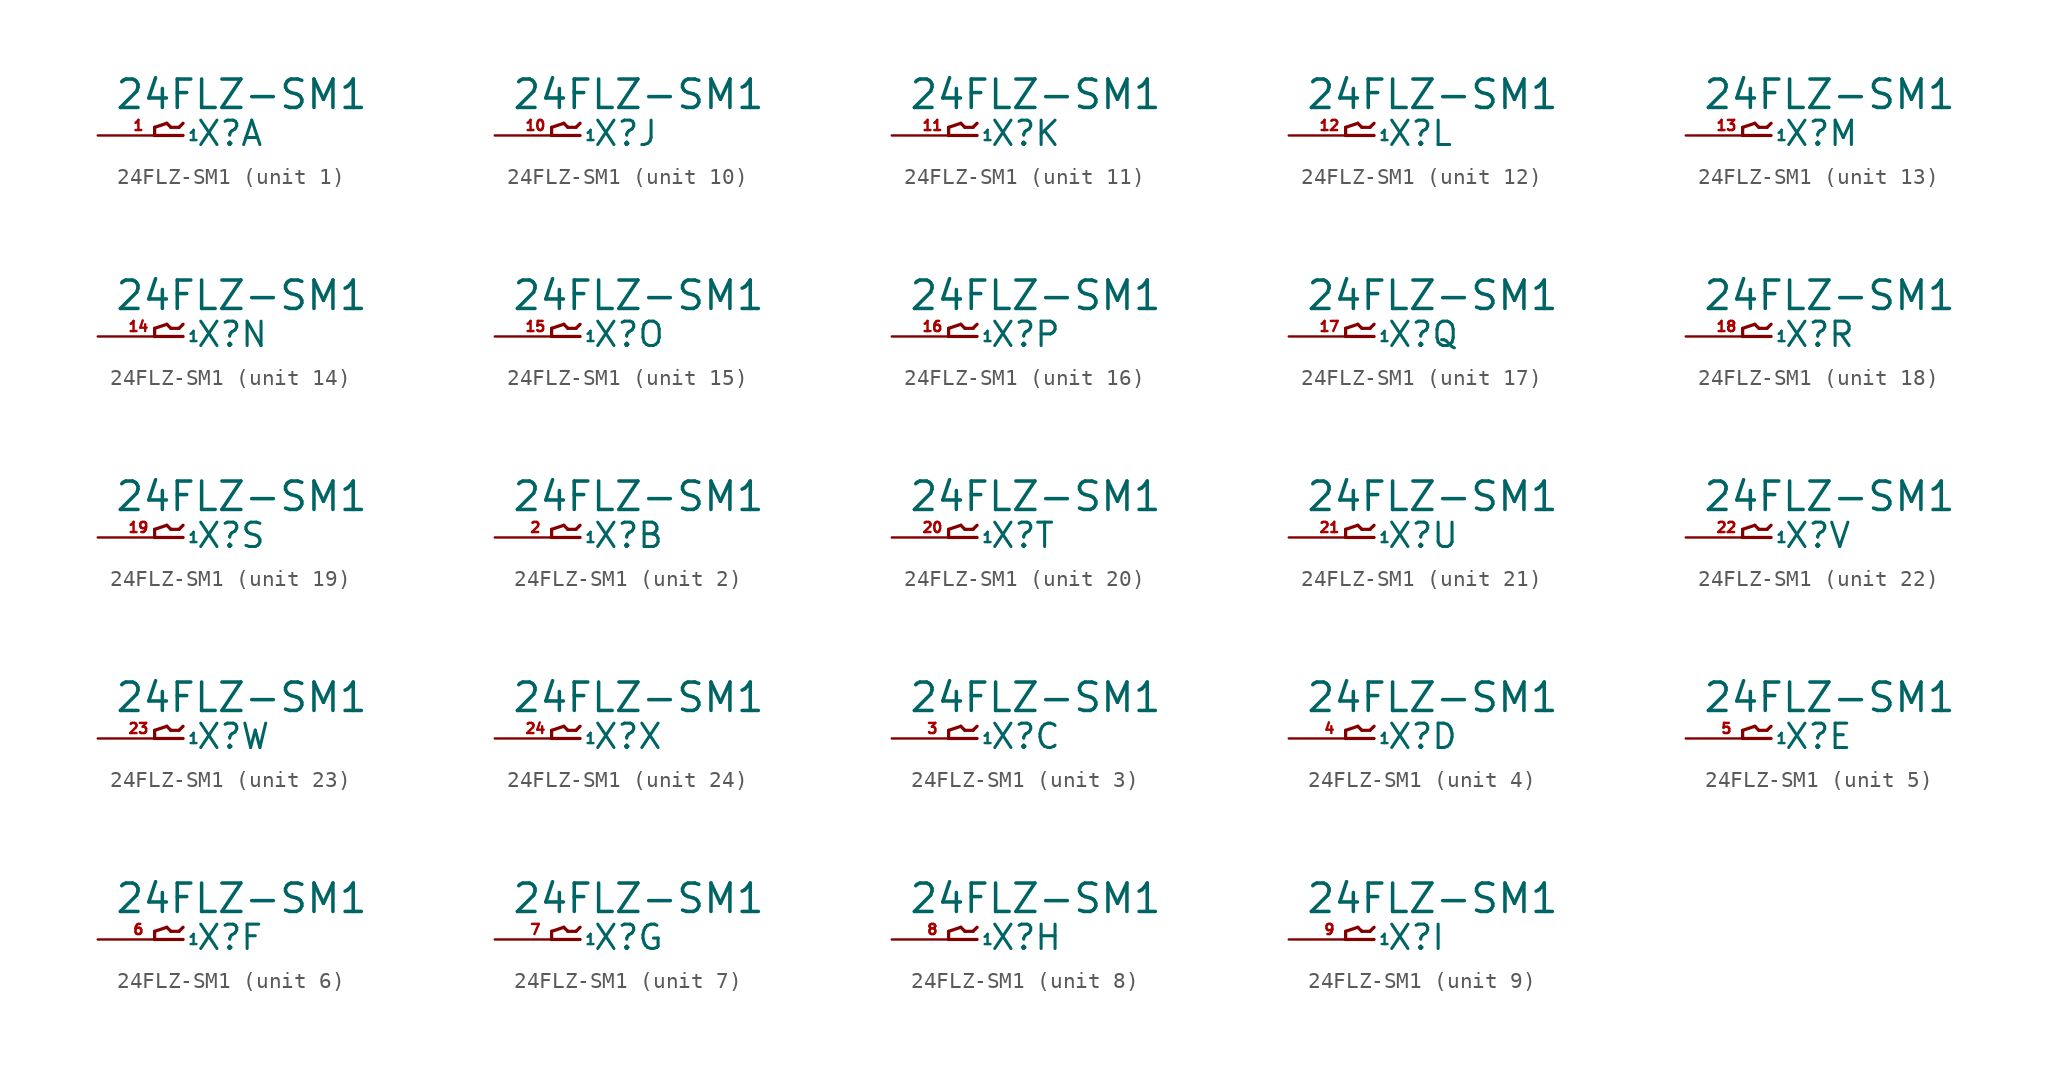
<source format=kicad_sym>
(kicad_symbol_lib
  (version 20220914)
  (generator Eagle2Kicad)
  (symbol "24FLZ-SM1"
    (property "Reference" "X"
      (at 1.016 -0.762 0)
      (effects (font (size 1.524 1.524) (thickness 0.19)) (justify left bottom)))
    (property "Value" "24FLZ-SM1"
      (at -4.064 1.524 0)
      (effects (font (size 1.778 1.778) (thickness 0.22)) (justify left bottom)))
    (symbol "24FLZ-SM1_1_0"
      (polyline (pts (xy 0.254 0) (xy -1.524 0)) (stroke (width 0.203) (type default)) (fill (type none)))
      (polyline (pts (xy -1.524 0) (xy -1.524 0.508)) (stroke (width 0.203) (type default)) (fill (type none)))
      (polyline (pts (xy -1.524 0.508) (xy -0.762 0.762)) (stroke (width 0.203) (type default)) (fill (type none)))
      (polyline (pts (xy -0.762 0.762) (xy -0.508 0.508)) (stroke (width 0.203) (type default)) (fill (type none)))
      (polyline (pts (xy -0.508 0.508) (xy 0 0.508)) (stroke (width 0.203) (type default)) (fill (type none)))
      (polyline (pts (xy 0 0.508) (xy 0.254 0.762)) (stroke (width 0.203) (type default)) (fill (type none)))
      (pin passive line (at -5.08 0 0) (length 5.08) (name "1" (effects (font (size 0.635 0.635) (thickness 0.08)) (justify left bottom))) (number "1" (effects (font (size 0.635 0.635) (thickness 0.08)) (justify left bottom)))))
    (symbol "24FLZ-SM1_2_0"
      (polyline (pts (xy 0.254 0) (xy -1.524 0)) (stroke (width 0.203) (type default)) (fill (type none)))
      (polyline (pts (xy -1.524 0) (xy -1.524 0.508)) (stroke (width 0.203) (type default)) (fill (type none)))
      (polyline (pts (xy -1.524 0.508) (xy -0.762 0.762)) (stroke (width 0.203) (type default)) (fill (type none)))
      (polyline (pts (xy -0.762 0.762) (xy -0.508 0.508)) (stroke (width 0.203) (type default)) (fill (type none)))
      (polyline (pts (xy -0.508 0.508) (xy 0 0.508)) (stroke (width 0.203) (type default)) (fill (type none)))
      (polyline (pts (xy 0 0.508) (xy 0.254 0.762)) (stroke (width 0.203) (type default)) (fill (type none)))
      (pin passive line (at -5.08 0 0) (length 5.08) (name "1" (effects (font (size 0.635 0.635) (thickness 0.08)) (justify left bottom))) (number "2" (effects (font (size 0.635 0.635) (thickness 0.08)) (justify left bottom)))))
    (symbol "24FLZ-SM1_3_0"
      (polyline (pts (xy 0.254 0) (xy -1.524 0)) (stroke (width 0.203) (type default)) (fill (type none)))
      (polyline (pts (xy -1.524 0) (xy -1.524 0.508)) (stroke (width 0.203) (type default)) (fill (type none)))
      (polyline (pts (xy -1.524 0.508) (xy -0.762 0.762)) (stroke (width 0.203) (type default)) (fill (type none)))
      (polyline (pts (xy -0.762 0.762) (xy -0.508 0.508)) (stroke (width 0.203) (type default)) (fill (type none)))
      (polyline (pts (xy -0.508 0.508) (xy 0 0.508)) (stroke (width 0.203) (type default)) (fill (type none)))
      (polyline (pts (xy 0 0.508) (xy 0.254 0.762)) (stroke (width 0.203) (type default)) (fill (type none)))
      (pin passive line (at -5.08 0 0) (length 5.08) (name "1" (effects (font (size 0.635 0.635) (thickness 0.08)) (justify left bottom))) (number "3" (effects (font (size 0.635 0.635) (thickness 0.08)) (justify left bottom)))))
    (symbol "24FLZ-SM1_4_0"
      (polyline (pts (xy 0.254 0) (xy -1.524 0)) (stroke (width 0.203) (type default)) (fill (type none)))
      (polyline (pts (xy -1.524 0) (xy -1.524 0.508)) (stroke (width 0.203) (type default)) (fill (type none)))
      (polyline (pts (xy -1.524 0.508) (xy -0.762 0.762)) (stroke (width 0.203) (type default)) (fill (type none)))
      (polyline (pts (xy -0.762 0.762) (xy -0.508 0.508)) (stroke (width 0.203) (type default)) (fill (type none)))
      (polyline (pts (xy -0.508 0.508) (xy 0 0.508)) (stroke (width 0.203) (type default)) (fill (type none)))
      (polyline (pts (xy 0 0.508) (xy 0.254 0.762)) (stroke (width 0.203) (type default)) (fill (type none)))
      (pin passive line (at -5.08 0 0) (length 5.08) (name "1" (effects (font (size 0.635 0.635) (thickness 0.08)) (justify left bottom))) (number "4" (effects (font (size 0.635 0.635) (thickness 0.08)) (justify left bottom)))))
    (symbol "24FLZ-SM1_5_0"
      (polyline (pts (xy 0.254 0) (xy -1.524 0)) (stroke (width 0.203) (type default)) (fill (type none)))
      (polyline (pts (xy -1.524 0) (xy -1.524 0.508)) (stroke (width 0.203) (type default)) (fill (type none)))
      (polyline (pts (xy -1.524 0.508) (xy -0.762 0.762)) (stroke (width 0.203) (type default)) (fill (type none)))
      (polyline (pts (xy -0.762 0.762) (xy -0.508 0.508)) (stroke (width 0.203) (type default)) (fill (type none)))
      (polyline (pts (xy -0.508 0.508) (xy 0 0.508)) (stroke (width 0.203) (type default)) (fill (type none)))
      (polyline (pts (xy 0 0.508) (xy 0.254 0.762)) (stroke (width 0.203) (type default)) (fill (type none)))
      (pin passive line (at -5.08 0 0) (length 5.08) (name "1" (effects (font (size 0.635 0.635) (thickness 0.08)) (justify left bottom))) (number "5" (effects (font (size 0.635 0.635) (thickness 0.08)) (justify left bottom)))))
    (symbol "24FLZ-SM1_6_0"
      (polyline (pts (xy 0.254 0) (xy -1.524 0)) (stroke (width 0.203) (type default)) (fill (type none)))
      (polyline (pts (xy -1.524 0) (xy -1.524 0.508)) (stroke (width 0.203) (type default)) (fill (type none)))
      (polyline (pts (xy -1.524 0.508) (xy -0.762 0.762)) (stroke (width 0.203) (type default)) (fill (type none)))
      (polyline (pts (xy -0.762 0.762) (xy -0.508 0.508)) (stroke (width 0.203) (type default)) (fill (type none)))
      (polyline (pts (xy -0.508 0.508) (xy 0 0.508)) (stroke (width 0.203) (type default)) (fill (type none)))
      (polyline (pts (xy 0 0.508) (xy 0.254 0.762)) (stroke (width 0.203) (type default)) (fill (type none)))
      (pin passive line (at -5.08 0 0) (length 5.08) (name "1" (effects (font (size 0.635 0.635) (thickness 0.08)) (justify left bottom))) (number "6" (effects (font (size 0.635 0.635) (thickness 0.08)) (justify left bottom)))))
    (symbol "24FLZ-SM1_7_0"
      (polyline (pts (xy 0.254 0) (xy -1.524 0)) (stroke (width 0.203) (type default)) (fill (type none)))
      (polyline (pts (xy -1.524 0) (xy -1.524 0.508)) (stroke (width 0.203) (type default)) (fill (type none)))
      (polyline (pts (xy -1.524 0.508) (xy -0.762 0.762)) (stroke (width 0.203) (type default)) (fill (type none)))
      (polyline (pts (xy -0.762 0.762) (xy -0.508 0.508)) (stroke (width 0.203) (type default)) (fill (type none)))
      (polyline (pts (xy -0.508 0.508) (xy 0 0.508)) (stroke (width 0.203) (type default)) (fill (type none)))
      (polyline (pts (xy 0 0.508) (xy 0.254 0.762)) (stroke (width 0.203) (type default)) (fill (type none)))
      (pin passive line (at -5.08 0 0) (length 5.08) (name "1" (effects (font (size 0.635 0.635) (thickness 0.08)) (justify left bottom))) (number "7" (effects (font (size 0.635 0.635) (thickness 0.08)) (justify left bottom)))))
    (symbol "24FLZ-SM1_8_0"
      (polyline (pts (xy 0.254 0) (xy -1.524 0)) (stroke (width 0.203) (type default)) (fill (type none)))
      (polyline (pts (xy -1.524 0) (xy -1.524 0.508)) (stroke (width 0.203) (type default)) (fill (type none)))
      (polyline (pts (xy -1.524 0.508) (xy -0.762 0.762)) (stroke (width 0.203) (type default)) (fill (type none)))
      (polyline (pts (xy -0.762 0.762) (xy -0.508 0.508)) (stroke (width 0.203) (type default)) (fill (type none)))
      (polyline (pts (xy -0.508 0.508) (xy 0 0.508)) (stroke (width 0.203) (type default)) (fill (type none)))
      (polyline (pts (xy 0 0.508) (xy 0.254 0.762)) (stroke (width 0.203) (type default)) (fill (type none)))
      (pin passive line (at -5.08 0 0) (length 5.08) (name "1" (effects (font (size 0.635 0.635) (thickness 0.08)) (justify left bottom))) (number "8" (effects (font (size 0.635 0.635) (thickness 0.08)) (justify left bottom)))))
    (symbol "24FLZ-SM1_9_0"
      (polyline (pts (xy 0.254 0) (xy -1.524 0)) (stroke (width 0.203) (type default)) (fill (type none)))
      (polyline (pts (xy -1.524 0) (xy -1.524 0.508)) (stroke (width 0.203) (type default)) (fill (type none)))
      (polyline (pts (xy -1.524 0.508) (xy -0.762 0.762)) (stroke (width 0.203) (type default)) (fill (type none)))
      (polyline (pts (xy -0.762 0.762) (xy -0.508 0.508)) (stroke (width 0.203) (type default)) (fill (type none)))
      (polyline (pts (xy -0.508 0.508) (xy 0 0.508)) (stroke (width 0.203) (type default)) (fill (type none)))
      (polyline (pts (xy 0 0.508) (xy 0.254 0.762)) (stroke (width 0.203) (type default)) (fill (type none)))
      (pin passive line (at -5.08 0 0) (length 5.08) (name "1" (effects (font (size 0.635 0.635) (thickness 0.08)) (justify left bottom))) (number "9" (effects (font (size 0.635 0.635) (thickness 0.08)) (justify left bottom)))))
    (symbol "24FLZ-SM1_10_0"
      (polyline (pts (xy 0.254 0) (xy -1.524 0)) (stroke (width 0.203) (type default)) (fill (type none)))
      (polyline (pts (xy -1.524 0) (xy -1.524 0.508)) (stroke (width 0.203) (type default)) (fill (type none)))
      (polyline (pts (xy -1.524 0.508) (xy -0.762 0.762)) (stroke (width 0.203) (type default)) (fill (type none)))
      (polyline (pts (xy -0.762 0.762) (xy -0.508 0.508)) (stroke (width 0.203) (type default)) (fill (type none)))
      (polyline (pts (xy -0.508 0.508) (xy 0 0.508)) (stroke (width 0.203) (type default)) (fill (type none)))
      (polyline (pts (xy 0 0.508) (xy 0.254 0.762)) (stroke (width 0.203) (type default)) (fill (type none)))
      (pin passive line (at -5.08 0 0) (length 5.08) (name "1" (effects (font (size 0.635 0.635) (thickness 0.08)) (justify left bottom))) (number "10" (effects (font (size 0.635 0.635) (thickness 0.08)) (justify left bottom)))))
    (symbol "24FLZ-SM1_11_0"
      (polyline (pts (xy 0.254 0) (xy -1.524 0)) (stroke (width 0.203) (type default)) (fill (type none)))
      (polyline (pts (xy -1.524 0) (xy -1.524 0.508)) (stroke (width 0.203) (type default)) (fill (type none)))
      (polyline (pts (xy -1.524 0.508) (xy -0.762 0.762)) (stroke (width 0.203) (type default)) (fill (type none)))
      (polyline (pts (xy -0.762 0.762) (xy -0.508 0.508)) (stroke (width 0.203) (type default)) (fill (type none)))
      (polyline (pts (xy -0.508 0.508) (xy 0 0.508)) (stroke (width 0.203) (type default)) (fill (type none)))
      (polyline (pts (xy 0 0.508) (xy 0.254 0.762)) (stroke (width 0.203) (type default)) (fill (type none)))
      (pin passive line (at -5.08 0 0) (length 5.08) (name "1" (effects (font (size 0.635 0.635) (thickness 0.08)) (justify left bottom))) (number "11" (effects (font (size 0.635 0.635) (thickness 0.08)) (justify left bottom)))))
    (symbol "24FLZ-SM1_12_0"
      (polyline (pts (xy 0.254 0) (xy -1.524 0)) (stroke (width 0.203) (type default)) (fill (type none)))
      (polyline (pts (xy -1.524 0) (xy -1.524 0.508)) (stroke (width 0.203) (type default)) (fill (type none)))
      (polyline (pts (xy -1.524 0.508) (xy -0.762 0.762)) (stroke (width 0.203) (type default)) (fill (type none)))
      (polyline (pts (xy -0.762 0.762) (xy -0.508 0.508)) (stroke (width 0.203) (type default)) (fill (type none)))
      (polyline (pts (xy -0.508 0.508) (xy 0 0.508)) (stroke (width 0.203) (type default)) (fill (type none)))
      (polyline (pts (xy 0 0.508) (xy 0.254 0.762)) (stroke (width 0.203) (type default)) (fill (type none)))
      (pin passive line (at -5.08 0 0) (length 5.08) (name "1" (effects (font (size 0.635 0.635) (thickness 0.08)) (justify left bottom))) (number "12" (effects (font (size 0.635 0.635) (thickness 0.08)) (justify left bottom)))))
    (symbol "24FLZ-SM1_13_0"
      (polyline (pts (xy 0.254 0) (xy -1.524 0)) (stroke (width 0.203) (type default)) (fill (type none)))
      (polyline (pts (xy -1.524 0) (xy -1.524 0.508)) (stroke (width 0.203) (type default)) (fill (type none)))
      (polyline (pts (xy -1.524 0.508) (xy -0.762 0.762)) (stroke (width 0.203) (type default)) (fill (type none)))
      (polyline (pts (xy -0.762 0.762) (xy -0.508 0.508)) (stroke (width 0.203) (type default)) (fill (type none)))
      (polyline (pts (xy -0.508 0.508) (xy 0 0.508)) (stroke (width 0.203) (type default)) (fill (type none)))
      (polyline (pts (xy 0 0.508) (xy 0.254 0.762)) (stroke (width 0.203) (type default)) (fill (type none)))
      (pin passive line (at -5.08 0 0) (length 5.08) (name "1" (effects (font (size 0.635 0.635) (thickness 0.08)) (justify left bottom))) (number "13" (effects (font (size 0.635 0.635) (thickness 0.08)) (justify left bottom)))))
    (symbol "24FLZ-SM1_14_0"
      (polyline (pts (xy 0.254 0) (xy -1.524 0)) (stroke (width 0.203) (type default)) (fill (type none)))
      (polyline (pts (xy -1.524 0) (xy -1.524 0.508)) (stroke (width 0.203) (type default)) (fill (type none)))
      (polyline (pts (xy -1.524 0.508) (xy -0.762 0.762)) (stroke (width 0.203) (type default)) (fill (type none)))
      (polyline (pts (xy -0.762 0.762) (xy -0.508 0.508)) (stroke (width 0.203) (type default)) (fill (type none)))
      (polyline (pts (xy -0.508 0.508) (xy 0 0.508)) (stroke (width 0.203) (type default)) (fill (type none)))
      (polyline (pts (xy 0 0.508) (xy 0.254 0.762)) (stroke (width 0.203) (type default)) (fill (type none)))
      (pin passive line (at -5.08 0 0) (length 5.08) (name "1" (effects (font (size 0.635 0.635) (thickness 0.08)) (justify left bottom))) (number "14" (effects (font (size 0.635 0.635) (thickness 0.08)) (justify left bottom)))))
    (symbol "24FLZ-SM1_15_0"
      (polyline (pts (xy 0.254 0) (xy -1.524 0)) (stroke (width 0.203) (type default)) (fill (type none)))
      (polyline (pts (xy -1.524 0) (xy -1.524 0.508)) (stroke (width 0.203) (type default)) (fill (type none)))
      (polyline (pts (xy -1.524 0.508) (xy -0.762 0.762)) (stroke (width 0.203) (type default)) (fill (type none)))
      (polyline (pts (xy -0.762 0.762) (xy -0.508 0.508)) (stroke (width 0.203) (type default)) (fill (type none)))
      (polyline (pts (xy -0.508 0.508) (xy 0 0.508)) (stroke (width 0.203) (type default)) (fill (type none)))
      (polyline (pts (xy 0 0.508) (xy 0.254 0.762)) (stroke (width 0.203) (type default)) (fill (type none)))
      (pin passive line (at -5.08 0 0) (length 5.08) (name "1" (effects (font (size 0.635 0.635) (thickness 0.08)) (justify left bottom))) (number "15" (effects (font (size 0.635 0.635) (thickness 0.08)) (justify left bottom)))))
    (symbol "24FLZ-SM1_16_0"
      (polyline (pts (xy 0.254 0) (xy -1.524 0)) (stroke (width 0.203) (type default)) (fill (type none)))
      (polyline (pts (xy -1.524 0) (xy -1.524 0.508)) (stroke (width 0.203) (type default)) (fill (type none)))
      (polyline (pts (xy -1.524 0.508) (xy -0.762 0.762)) (stroke (width 0.203) (type default)) (fill (type none)))
      (polyline (pts (xy -0.762 0.762) (xy -0.508 0.508)) (stroke (width 0.203) (type default)) (fill (type none)))
      (polyline (pts (xy -0.508 0.508) (xy 0 0.508)) (stroke (width 0.203) (type default)) (fill (type none)))
      (polyline (pts (xy 0 0.508) (xy 0.254 0.762)) (stroke (width 0.203) (type default)) (fill (type none)))
      (pin passive line (at -5.08 0 0) (length 5.08) (name "1" (effects (font (size 0.635 0.635) (thickness 0.08)) (justify left bottom))) (number "16" (effects (font (size 0.635 0.635) (thickness 0.08)) (justify left bottom)))))
    (symbol "24FLZ-SM1_17_0"
      (polyline (pts (xy 0.254 0) (xy -1.524 0)) (stroke (width 0.203) (type default)) (fill (type none)))
      (polyline (pts (xy -1.524 0) (xy -1.524 0.508)) (stroke (width 0.203) (type default)) (fill (type none)))
      (polyline (pts (xy -1.524 0.508) (xy -0.762 0.762)) (stroke (width 0.203) (type default)) (fill (type none)))
      (polyline (pts (xy -0.762 0.762) (xy -0.508 0.508)) (stroke (width 0.203) (type default)) (fill (type none)))
      (polyline (pts (xy -0.508 0.508) (xy 0 0.508)) (stroke (width 0.203) (type default)) (fill (type none)))
      (polyline (pts (xy 0 0.508) (xy 0.254 0.762)) (stroke (width 0.203) (type default)) (fill (type none)))
      (pin passive line (at -5.08 0 0) (length 5.08) (name "1" (effects (font (size 0.635 0.635) (thickness 0.08)) (justify left bottom))) (number "17" (effects (font (size 0.635 0.635) (thickness 0.08)) (justify left bottom)))))
    (symbol "24FLZ-SM1_18_0"
      (polyline (pts (xy 0.254 0) (xy -1.524 0)) (stroke (width 0.203) (type default)) (fill (type none)))
      (polyline (pts (xy -1.524 0) (xy -1.524 0.508)) (stroke (width 0.203) (type default)) (fill (type none)))
      (polyline (pts (xy -1.524 0.508) (xy -0.762 0.762)) (stroke (width 0.203) (type default)) (fill (type none)))
      (polyline (pts (xy -0.762 0.762) (xy -0.508 0.508)) (stroke (width 0.203) (type default)) (fill (type none)))
      (polyline (pts (xy -0.508 0.508) (xy 0 0.508)) (stroke (width 0.203) (type default)) (fill (type none)))
      (polyline (pts (xy 0 0.508) (xy 0.254 0.762)) (stroke (width 0.203) (type default)) (fill (type none)))
      (pin passive line (at -5.08 0 0) (length 5.08) (name "1" (effects (font (size 0.635 0.635) (thickness 0.08)) (justify left bottom))) (number "18" (effects (font (size 0.635 0.635) (thickness 0.08)) (justify left bottom)))))
    (symbol "24FLZ-SM1_19_0"
      (polyline (pts (xy 0.254 0) (xy -1.524 0)) (stroke (width 0.203) (type default)) (fill (type none)))
      (polyline (pts (xy -1.524 0) (xy -1.524 0.508)) (stroke (width 0.203) (type default)) (fill (type none)))
      (polyline (pts (xy -1.524 0.508) (xy -0.762 0.762)) (stroke (width 0.203) (type default)) (fill (type none)))
      (polyline (pts (xy -0.762 0.762) (xy -0.508 0.508)) (stroke (width 0.203) (type default)) (fill (type none)))
      (polyline (pts (xy -0.508 0.508) (xy 0 0.508)) (stroke (width 0.203) (type default)) (fill (type none)))
      (polyline (pts (xy 0 0.508) (xy 0.254 0.762)) (stroke (width 0.203) (type default)) (fill (type none)))
      (pin passive line (at -5.08 0 0) (length 5.08) (name "1" (effects (font (size 0.635 0.635) (thickness 0.08)) (justify left bottom))) (number "19" (effects (font (size 0.635 0.635) (thickness 0.08)) (justify left bottom)))))
    (symbol "24FLZ-SM1_20_0"
      (polyline (pts (xy 0.254 0) (xy -1.524 0)) (stroke (width 0.203) (type default)) (fill (type none)))
      (polyline (pts (xy -1.524 0) (xy -1.524 0.508)) (stroke (width 0.203) (type default)) (fill (type none)))
      (polyline (pts (xy -1.524 0.508) (xy -0.762 0.762)) (stroke (width 0.203) (type default)) (fill (type none)))
      (polyline (pts (xy -0.762 0.762) (xy -0.508 0.508)) (stroke (width 0.203) (type default)) (fill (type none)))
      (polyline (pts (xy -0.508 0.508) (xy 0 0.508)) (stroke (width 0.203) (type default)) (fill (type none)))
      (polyline (pts (xy 0 0.508) (xy 0.254 0.762)) (stroke (width 0.203) (type default)) (fill (type none)))
      (pin passive line (at -5.08 0 0) (length 5.08) (name "1" (effects (font (size 0.635 0.635) (thickness 0.08)) (justify left bottom))) (number "20" (effects (font (size 0.635 0.635) (thickness 0.08)) (justify left bottom)))))
    (symbol "24FLZ-SM1_21_0"
      (polyline (pts (xy 0.254 0) (xy -1.524 0)) (stroke (width 0.203) (type default)) (fill (type none)))
      (polyline (pts (xy -1.524 0) (xy -1.524 0.508)) (stroke (width 0.203) (type default)) (fill (type none)))
      (polyline (pts (xy -1.524 0.508) (xy -0.762 0.762)) (stroke (width 0.203) (type default)) (fill (type none)))
      (polyline (pts (xy -0.762 0.762) (xy -0.508 0.508)) (stroke (width 0.203) (type default)) (fill (type none)))
      (polyline (pts (xy -0.508 0.508) (xy 0 0.508)) (stroke (width 0.203) (type default)) (fill (type none)))
      (polyline (pts (xy 0 0.508) (xy 0.254 0.762)) (stroke (width 0.203) (type default)) (fill (type none)))
      (pin passive line (at -5.08 0 0) (length 5.08) (name "1" (effects (font (size 0.635 0.635) (thickness 0.08)) (justify left bottom))) (number "21" (effects (font (size 0.635 0.635) (thickness 0.08)) (justify left bottom)))))
    (symbol "24FLZ-SM1_22_0"
      (polyline (pts (xy 0.254 0) (xy -1.524 0)) (stroke (width 0.203) (type default)) (fill (type none)))
      (polyline (pts (xy -1.524 0) (xy -1.524 0.508)) (stroke (width 0.203) (type default)) (fill (type none)))
      (polyline (pts (xy -1.524 0.508) (xy -0.762 0.762)) (stroke (width 0.203) (type default)) (fill (type none)))
      (polyline (pts (xy -0.762 0.762) (xy -0.508 0.508)) (stroke (width 0.203) (type default)) (fill (type none)))
      (polyline (pts (xy -0.508 0.508) (xy 0 0.508)) (stroke (width 0.203) (type default)) (fill (type none)))
      (polyline (pts (xy 0 0.508) (xy 0.254 0.762)) (stroke (width 0.203) (type default)) (fill (type none)))
      (pin passive line (at -5.08 0 0) (length 5.08) (name "1" (effects (font (size 0.635 0.635) (thickness 0.08)) (justify left bottom))) (number "22" (effects (font (size 0.635 0.635) (thickness 0.08)) (justify left bottom)))))
    (symbol "24FLZ-SM1_23_0"
      (polyline (pts (xy 0.254 0) (xy -1.524 0)) (stroke (width 0.203) (type default)) (fill (type none)))
      (polyline (pts (xy -1.524 0) (xy -1.524 0.508)) (stroke (width 0.203) (type default)) (fill (type none)))
      (polyline (pts (xy -1.524 0.508) (xy -0.762 0.762)) (stroke (width 0.203) (type default)) (fill (type none)))
      (polyline (pts (xy -0.762 0.762) (xy -0.508 0.508)) (stroke (width 0.203) (type default)) (fill (type none)))
      (polyline (pts (xy -0.508 0.508) (xy 0 0.508)) (stroke (width 0.203) (type default)) (fill (type none)))
      (polyline (pts (xy 0 0.508) (xy 0.254 0.762)) (stroke (width 0.203) (type default)) (fill (type none)))
      (pin passive line (at -5.08 0 0) (length 5.08) (name "1" (effects (font (size 0.635 0.635) (thickness 0.08)) (justify left bottom))) (number "23" (effects (font (size 0.635 0.635) (thickness 0.08)) (justify left bottom)))))
    (symbol "24FLZ-SM1_24_0"
      (polyline (pts (xy 0.254 0) (xy -1.524 0)) (stroke (width 0.203) (type default)) (fill (type none)))
      (polyline (pts (xy -1.524 0) (xy -1.524 0.508)) (stroke (width 0.203) (type default)) (fill (type none)))
      (polyline (pts (xy -1.524 0.508) (xy -0.762 0.762)) (stroke (width 0.203) (type default)) (fill (type none)))
      (polyline (pts (xy -0.762 0.762) (xy -0.508 0.508)) (stroke (width 0.203) (type default)) (fill (type none)))
      (polyline (pts (xy -0.508 0.508) (xy 0 0.508)) (stroke (width 0.203) (type default)) (fill (type none)))
      (polyline (pts (xy 0 0.508) (xy 0.254 0.762)) (stroke (width 0.203) (type default)) (fill (type none)))
      (pin passive line (at -5.08 0 0) (length 5.08) (name "1" (effects (font (size 0.635 0.635) (thickness 0.08)) (justify left bottom))) (number "24" (effects (font (size 0.635 0.635) (thickness 0.08)) (justify left bottom)))))))
</source>
